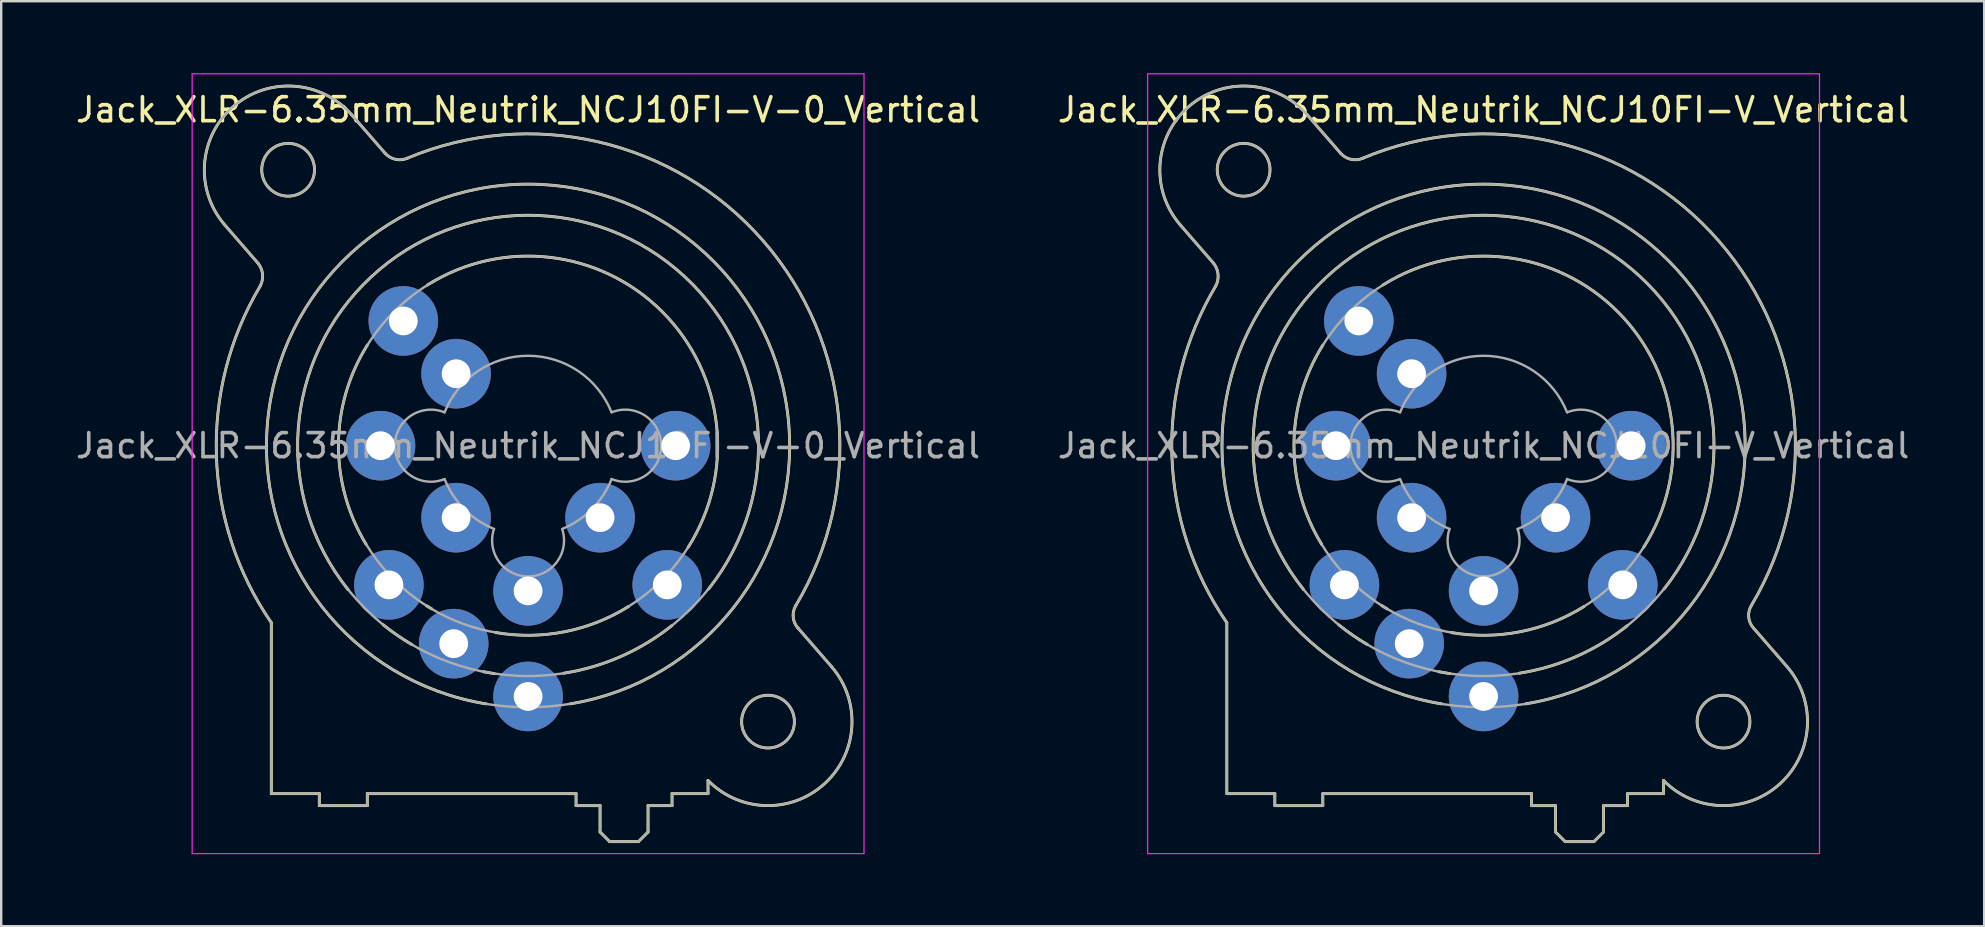
<source format=kicad_pcb>
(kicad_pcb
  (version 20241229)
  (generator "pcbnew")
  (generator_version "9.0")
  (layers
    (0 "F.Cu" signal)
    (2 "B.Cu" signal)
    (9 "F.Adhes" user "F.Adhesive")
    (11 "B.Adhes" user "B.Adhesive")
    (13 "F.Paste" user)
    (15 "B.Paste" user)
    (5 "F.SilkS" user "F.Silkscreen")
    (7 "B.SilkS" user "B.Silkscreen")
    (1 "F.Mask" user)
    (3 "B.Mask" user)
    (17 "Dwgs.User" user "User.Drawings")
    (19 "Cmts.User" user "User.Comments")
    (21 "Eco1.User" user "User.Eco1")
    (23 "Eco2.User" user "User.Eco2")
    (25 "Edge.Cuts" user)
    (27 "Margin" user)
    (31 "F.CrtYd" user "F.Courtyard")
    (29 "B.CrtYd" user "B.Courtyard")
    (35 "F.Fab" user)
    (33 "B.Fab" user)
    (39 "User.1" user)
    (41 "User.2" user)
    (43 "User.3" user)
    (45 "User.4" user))
  (footprint "Jack_XLR-6.35mm_Neutrik_NCJ10FI-V-0_Vertical"
    (layer "F.Cu")
    (at 25.108 15.525)
    (property "Reference" "Jack_XLR-6.35mm_Neutrik_NCJ10FI-V-0_Vertical" (at -6.15 -14 0) (layer "F.SilkS") (effects (font (size 1 1) (thickness 0.15))))
    (attr through_hole)
    (fp_line (start -17.4 -7.6) (end -18.79 -9.2) (stroke (width 0.12) (type solid)) (layer "F.SilkS"))
    (fp_line (start -16.85 14.5) (end -16.85 7.38) (stroke (width 0.12) (type solid)) (layer "F.SilkS"))
    (fp_line (start -14.85 14.5) (end -16.85 14.5) (stroke (width 0.12) (type solid)) (layer "F.SilkS"))
    (fp_line (start -14.85 14.5) (end -14.85 15) (stroke (width 0.12) (type solid)) (layer "F.SilkS"))
    (fp_line (start -13.51 -13.8) (end -12.11 -12.19) (stroke (width 0.12) (type solid)) (layer "F.SilkS"))
    (fp_line (start -12.85 14.5) (end -12.85 15) (stroke (width 0.12) (type solid)) (layer "F.SilkS"))
    (fp_line (start -12.85 15) (end -14.85 15) (stroke (width 0.12) (type solid)) (layer "F.SilkS"))
    (fp_line (start -4.15 14.5) (end -12.85 14.5) (stroke (width 0.12) (type solid)) (layer "F.SilkS"))
    (fp_line (start -4.15 14.5) (end -4.15 15) (stroke (width 0.12) (type solid)) (layer "F.SilkS"))
    (fp_line (start -3.15 15) (end -4.15 15) (stroke (width 0.12) (type solid)) (layer "F.SilkS"))
    (fp_line (start -3.15 15) (end -3.15 16.1) (stroke (width 0.12) (type solid)) (layer "F.SilkS"))
    (fp_line (start -3.15 16.1) (end -2.75 16.5) (stroke (width 0.12) (type solid)) (layer "F.SilkS"))
    (fp_line (start -1.55 16.5) (end -2.75 16.5) (stroke (width 0.12) (type solid)) (layer "F.SilkS"))
    (fp_line (start -1.15 15) (end -1.15 16.1) (stroke (width 0.12) (type solid)) (layer "F.SilkS"))
    (fp_line (start -1.15 16.1) (end -1.55 16.5) (stroke (width 0.12) (type solid)) (layer "F.SilkS"))
    (fp_line (start -0.15 14.5) (end -0.15 15) (stroke (width 0.12) (type solid)) (layer "F.SilkS"))
    (fp_line (start -0.15 15) (end -1.15 15) (stroke (width 0.12) (type solid)) (layer "F.SilkS"))
    (fp_line (start 1.35 13.95) (end 1.35 14.5) (stroke (width 0.12) (type solid)) (layer "F.SilkS"))
    (fp_line (start 1.35 14.5) (end -0.15 14.5) (stroke (width 0.12) (type solid)) (layer "F.SilkS"))
    (fp_line (start 5.1 7.6) (end 6.49 9.2) (stroke (width 0.12) (type solid)) (layer "F.SilkS"))
    (fp_arc (start -18.79 -9.2) (mid -18.45 -14.14) (end -13.51 -13.8) (stroke (width 0.12) (type solid)) (layer "F.SilkS"))
    (fp_arc (start -17.400452 -7.59955) (mid -17.216295 -7.14315) (end -17.31 -6.66) (stroke (width 0.12) (type solid)) (layer "F.SilkS"))
    (fp_arc (start -16.851206 7.374645) (mid -19.139261 0.42462) (end -17.31 -6.66) (stroke (width 0.12) (type solid)) (layer "F.SilkS"))
    (fp_arc (start -13.65 6) (mid -6.168408 -9.604669) (end 1.372943 5.971208) (stroke (width 0.12) (type solid)) (layer "F.SilkS"))
    (fp_arc (start -12.9 4.11) (mid -14.052663 -0.0501) (end -12.847348 -4.195251) (stroke (width 0.12) (type solid)) (layer "F.SilkS"))
    (fp_arc (start -11.201352 -11.974349) (mid 3.655031 -8.530097) (end 5.01 6.66) (stroke (width 0.12) (type solid)) (layer "F.SilkS"))
    (fp_arc (start -11.177539 -11.981856) (mid -11.677484 -11.93489) (end -12.11 -12.19) (stroke (width 0.12) (type solid)) (layer "F.SilkS"))
    (fp_arc (start -10.99 8.29) (mid -11.604845 7.89901) (end -12.188263 7.462512) (stroke (width 0.12) (type solid)) (layer "F.SilkS"))
    (fp_arc (start -10.34 -6.7) (mid -0.544787 -5.570251) (end 0.523653 4.231839) (stroke (width 0.12) (type solid)) (layer "F.SilkS"))
    (fp_arc (start -10.17 6.8) (mid -10.28219 6.732414) (end -10.393245 6.662978) (stroke (width 0.12) (type solid)) (layer "F.SilkS"))
    (fp_arc (start -7.9 10.76) (mid -6.152346 -10.90138) (end -4.395368 10.759246) (stroke (width 0.12) (type solid)) (layer "F.SilkS"))
    (fp_arc (start -7.55 9.5) (mid -7.781688 9.462959) (end -8.012401 9.420269) (stroke (width 0.12) (type solid)) (layer "F.SilkS"))
    (fp_arc (start -1.96 6.7) (mid -4.625828 7.753902) (end -7.492223 7.78746) (stroke (width 0.12) (type solid)) (layer "F.SilkS"))
    (fp_arc (start -0.16 7.5) (mid -2.282236 8.784674) (end -4.662837 9.482534) (stroke (width 0.12) (type solid)) (layer "F.SilkS"))
    (fp_arc (start 5.109394 7.611661) (mid 4.900255 7.152483) (end 5.01 6.66) (stroke (width 0.12) (type solid)) (layer "F.SilkS"))
    (fp_arc (start 6.49 9.2) (mid 6.227307 14.070606) (end 1.351052 13.95252) (stroke (width 0.12) (type solid)) (layer "F.SilkS"))
    (fp_circle (center -16.15 -11.5) (end -15.05 -11.5) (stroke (width 0.12) (type solid)) (fill no) (layer "F.SilkS"))
    (fp_circle (center 3.85 11.5) (end 4.95 11.5) (stroke (width 0.12) (type solid)) (fill no) (layer "F.SilkS"))
    (fp_line (start -20.15 -15.5) (end 7.85 -15.5) (stroke (width 0.05) (type solid)) (layer "F.CrtYd"))
    (fp_line (start -20.15 17) (end -20.15 -15.5) (stroke (width 0.05) (type solid)) (layer "F.CrtYd"))
    (fp_line (start 7.85 -15.5) (end 7.85 17) (stroke (width 0.05) (type solid)) (layer "F.CrtYd"))
    (fp_line (start 7.85 17) (end -20.15 17) (stroke (width 0.05) (type solid)) (layer "F.CrtYd"))
    (fp_line (start -17.4 -7.6) (end -18.79 -9.2) (stroke (width 0.1) (type solid)) (layer "F.Fab"))
    (fp_line (start -16.85 14.5) (end -16.85 7.38) (stroke (width 0.1) (type solid)) (layer "F.Fab"))
    (fp_line (start -14.85 14.5) (end -16.85 14.5) (stroke (width 0.1) (type solid)) (layer "F.Fab"))
    (fp_line (start -14.85 14.5) (end -14.85 15) (stroke (width 0.1) (type solid)) (layer "F.Fab"))
    (fp_line (start -13.51 -13.8) (end -12.11 -12.19) (stroke (width 0.1) (type solid)) (layer "F.Fab"))
    (fp_line (start -12.85 14.5) (end -12.85 15) (stroke (width 0.1) (type solid)) (layer "F.Fab"))
    (fp_line (start -12.85 15) (end -14.85 15) (stroke (width 0.1) (type solid)) (layer "F.Fab"))
    (fp_line (start -4.15 14.5) (end -12.85 14.5) (stroke (width 0.1) (type solid)) (layer "F.Fab"))
    (fp_line (start -4.15 14.5) (end -4.15 15) (stroke (width 0.1) (type solid)) (layer "F.Fab"))
    (fp_line (start -3.15 15) (end -4.15 15) (stroke (width 0.1) (type solid)) (layer "F.Fab"))
    (fp_line (start -3.15 15) (end -3.15 16.1) (stroke (width 0.1) (type solid)) (layer "F.Fab"))
    (fp_line (start -3.15 16.1) (end -2.75 16.5) (stroke (width 0.1) (type solid)) (layer "F.Fab"))
    (fp_line (start -1.55 16.5) (end -2.75 16.5) (stroke (width 0.1) (type solid)) (layer "F.Fab"))
    (fp_line (start -1.15 15) (end -1.15 16.1) (stroke (width 0.1) (type solid)) (layer "F.Fab"))
    (fp_line (start -1.15 16.1) (end -1.55 16.5) (stroke (width 0.1) (type solid)) (layer "F.Fab"))
    (fp_line (start -0.15 14.5) (end -0.15 15) (stroke (width 0.1) (type solid)) (layer "F.Fab"))
    (fp_line (start -0.15 15) (end -1.15 15) (stroke (width 0.1) (type solid)) (layer "F.Fab"))
    (fp_line (start 1.35 13.95) (end 1.35 14.5) (stroke (width 0.1) (type solid)) (layer "F.Fab"))
    (fp_line (start 1.35 14.5) (end -0.15 14.5) (stroke (width 0.1) (type solid)) (layer "F.Fab"))
    (fp_line (start 5.1 7.6) (end 6.49 9.2) (stroke (width 0.1) (type solid)) (layer "F.Fab"))
    (fp_arc (start -18.79 -9.2) (mid -18.45 -14.14) (end -13.51 -13.8) (stroke (width 0.1) (type solid)) (layer "F.Fab"))
    (fp_arc (start -17.400452 -7.59955) (mid -17.216295 -7.14315) (end -17.31 -6.66) (stroke (width 0.1) (type solid)) (layer "F.Fab"))
    (fp_arc (start -16.851206 7.374645) (mid -19.139261 0.42462) (end -17.31 -6.66) (stroke (width 0.1) (type solid)) (layer "F.Fab"))
    (fp_arc (start -11.201352 -11.974349) (mid 3.655031 -8.530097) (end 5.01 6.66) (stroke (width 0.1) (type solid)) (layer "F.Fab"))
    (fp_arc (start -11.177539 -11.981856) (mid -11.677484 -11.93489) (end -12.11 -12.19) (stroke (width 0.1) (type solid)) (layer "F.Fab"))
    (fp_arc (start -9.634717 1.391925) (mid -11.702329 -0.002547) (end -9.63 -1.39) (stroke (width 0.1) (type solid)) (layer "F.Fab"))
    (fp_arc (start -9.631116 -1.387204) (mid -6.151505 -3.747333) (end -2.67 -1.39) (stroke (width 0.1) (type solid)) (layer "F.Fab"))
    (fp_arc (start -7.567529 3.468878) (mid -8.810241 2.639246) (end -9.63 1.39) (stroke (width 0.1) (type solid)) (layer "F.Fab"))
    (fp_arc (start -4.729599 3.471189) (mid -6.150627 5.448932) (end -7.57 3.47) (stroke (width 0.1) (type solid)) (layer "F.Fab"))
    (fp_arc (start -2.667476 1.389002) (mid -3.487046 2.639314) (end -4.73 3.47) (stroke (width 0.1) (type solid)) (layer "F.Fab"))
    (fp_arc (start -2.665283 -1.391925) (mid -0.597671 0.002547) (end -2.67 1.39) (stroke (width 0.1) (type solid)) (layer "F.Fab"))
    (fp_arc (start 5.109394 7.611661) (mid 4.900255 7.152483) (end 5.01 6.66) (stroke (width 0.1) (type solid)) (layer "F.Fab"))
    (fp_arc (start 6.49 9.2) (mid 6.227307 14.070606) (end 1.351052 13.95252) (stroke (width 0.1) (type solid)) (layer "F.Fab"))
    (fp_circle (center -16.15 -11.5) (end -15.05 -11.5) (stroke (width 0.1) (type solid)) (fill no) (layer "F.Fab"))
    (fp_circle (center -6.15 0) (end 1.75 0) (stroke (width 0.1) (type solid)) (fill no) (layer "F.Fab"))
    (fp_circle (center -6.15 0) (end 3.45 0) (stroke (width 0.1) (type solid)) (fill no) (layer "F.Fab"))
    (fp_circle (center -6.15 0) (end 4.75 0) (stroke (width 0.1) (type solid)) (fill no) (layer "F.Fab"))
    (fp_circle (center 3.85 11.5) (end 4.95 11.5) (stroke (width 0.1) (type solid)) (fill no) (layer "F.Fab"))
    (fp_text user "${REFERENCE}" (at -6.15 0 0) (layer "F.Fab") (effects (font (size 1 1) (thickness 0.15))))
    (pad "1" thru_hole circle (at 0 0) (size 2.9 2.9) (drill 1.2) (layers "*.Cu" "*.Mask"))
    (pad "2" thru_hole circle (at -12.3 0) (size 2.9 2.9) (drill 1.2) (layers "*.Cu" "*.Mask"))
    (pad "3" thru_hole circle (at -6.15 6.05) (size 2.9 2.9) (drill 1.2) (layers "*.Cu" "*.Mask"))
    (pad "G" thru_hole circle (at -6.15 10.45) (size 2.9 2.9) (drill 1.2) (layers "*.Cu" "*.Mask"))
    (pad "GN" thru_hole circle (at -9.25 8.25) (size 2.9 2.9) (drill 1.2) (layers "*.Cu" "*.Mask"))
    (pad "R" thru_hole circle (at -0.35 5.8) (size 2.9 2.9) (drill 1.2) (layers "*.Cu" "*.Mask"))
    (pad "RN" thru_hole circle (at -3.15 3) (size 2.9 2.9) (drill 1.2) (layers "*.Cu" "*.Mask"))
    (pad "S" thru_hole circle (at -11.95 5.8) (size 2.9 2.9) (drill 1.2) (layers "*.Cu" "*.Mask"))
    (pad "SN" thru_hole circle (at -9.15 3) (size 2.9 2.9) (drill 1.2) (layers "*.Cu" "*.Mask"))
    (pad "T" thru_hole circle (at -11.35 -5.2) (size 2.9 2.9) (drill 1.2) (layers "*.Cu" "*.Mask"))
    (pad "TN" thru_hole circle (at -9.15 -3) (size 2.9 2.9) (drill 1.2) (layers "*.Cu" "*.Mask")))
  (footprint "Jack_XLR-6.35mm_Neutrik_NCJ10FI-V_Vertical"
    (layer "F.Cu")
    (at 64.93 15.525)
    (property "Reference" "Jack_XLR-6.35mm_Neutrik_NCJ10FI-V_Vertical" (at -6.15 -14 0) (layer "F.SilkS") (effects (font (size 1 1) (thickness 0.15))))
    (attr through_hole)
    (fp_line (start -17.4 -7.6) (end -18.79 -9.2) (stroke (width 0.12) (type solid)) (layer "F.SilkS"))
    (fp_line (start -16.85 14.5) (end -16.85 7.38) (stroke (width 0.12) (type solid)) (layer "F.SilkS"))
    (fp_line (start -14.85 14.5) (end -16.85 14.5) (stroke (width 0.12) (type solid)) (layer "F.SilkS"))
    (fp_line (start -14.85 14.5) (end -14.85 15) (stroke (width 0.12) (type solid)) (layer "F.SilkS"))
    (fp_line (start -13.51 -13.8) (end -12.11 -12.19) (stroke (width 0.12) (type solid)) (layer "F.SilkS"))
    (fp_line (start -12.85 14.5) (end -12.85 15) (stroke (width 0.12) (type solid)) (layer "F.SilkS"))
    (fp_line (start -12.85 15) (end -14.85 15) (stroke (width 0.12) (type solid)) (layer "F.SilkS"))
    (fp_line (start -4.15 14.5) (end -12.85 14.5) (stroke (width 0.12) (type solid)) (layer "F.SilkS"))
    (fp_line (start -4.15 14.5) (end -4.15 15) (stroke (width 0.12) (type solid)) (layer "F.SilkS"))
    (fp_line (start -3.15 15) (end -4.15 15) (stroke (width 0.12) (type solid)) (layer "F.SilkS"))
    (fp_line (start -3.15 15) (end -3.15 16.1) (stroke (width 0.12) (type solid)) (layer "F.SilkS"))
    (fp_line (start -3.15 16.1) (end -2.75 16.5) (stroke (width 0.12) (type solid)) (layer "F.SilkS"))
    (fp_line (start -1.55 16.5) (end -2.75 16.5) (stroke (width 0.12) (type solid)) (layer "F.SilkS"))
    (fp_line (start -1.15 15) (end -1.15 16.1) (stroke (width 0.12) (type solid)) (layer "F.SilkS"))
    (fp_line (start -1.15 16.1) (end -1.55 16.5) (stroke (width 0.12) (type solid)) (layer "F.SilkS"))
    (fp_line (start -0.15 14.5) (end -0.15 15) (stroke (width 0.12) (type solid)) (layer "F.SilkS"))
    (fp_line (start -0.15 15) (end -1.15 15) (stroke (width 0.12) (type solid)) (layer "F.SilkS"))
    (fp_line (start 1.35 13.95) (end 1.35 14.5) (stroke (width 0.12) (type solid)) (layer "F.SilkS"))
    (fp_line (start 1.35 14.5) (end -0.15 14.5) (stroke (width 0.12) (type solid)) (layer "F.SilkS"))
    (fp_line (start 5.1 7.6) (end 6.49 9.2) (stroke (width 0.12) (type solid)) (layer "F.SilkS"))
    (fp_arc (start -18.79 -9.2) (mid -18.45 -14.14) (end -13.51 -13.8) (stroke (width 0.12) (type solid)) (layer "F.SilkS"))
    (fp_arc (start -17.400452 -7.59955) (mid -17.216295 -7.14315) (end -17.31 -6.66) (stroke (width 0.12) (type solid)) (layer "F.SilkS"))
    (fp_arc (start -16.851206 7.374645) (mid -19.139261 0.42462) (end -17.31 -6.66) (stroke (width 0.12) (type solid)) (layer "F.SilkS"))
    (fp_arc (start -13.65 6) (mid -6.168408 -9.604669) (end 1.372943 5.971208) (stroke (width 0.12) (type solid)) (layer "F.SilkS"))
    (fp_arc (start -12.9 4.11) (mid -14.052663 -0.0501) (end -12.847348 -4.195251) (stroke (width 0.12) (type solid)) (layer "F.SilkS"))
    (fp_arc (start -11.201352 -11.974349) (mid 3.655031 -8.530097) (end 5.01 6.66) (stroke (width 0.12) (type solid)) (layer "F.SilkS"))
    (fp_arc (start -11.177539 -11.981856) (mid -11.677484 -11.93489) (end -12.11 -12.19) (stroke (width 0.12) (type solid)) (layer "F.SilkS"))
    (fp_arc (start -10.99 8.29) (mid -11.604845 7.89901) (end -12.188263 7.462512) (stroke (width 0.12) (type solid)) (layer "F.SilkS"))
    (fp_arc (start -10.34 -6.7) (mid -0.544787 -5.570251) (end 0.523653 4.231839) (stroke (width 0.12) (type solid)) (layer "F.SilkS"))
    (fp_arc (start -10.17 6.8) (mid -10.28219 6.732414) (end -10.393245 6.662978) (stroke (width 0.12) (type solid)) (layer "F.SilkS"))
    (fp_arc (start -7.9 10.76) (mid -6.152346 -10.90138) (end -4.395368 10.759246) (stroke (width 0.12) (type solid)) (layer "F.SilkS"))
    (fp_arc (start -7.55 9.5) (mid -7.781688 9.462959) (end -8.012401 9.420269) (stroke (width 0.12) (type solid)) (layer "F.SilkS"))
    (fp_arc (start -1.96 6.7) (mid -4.625828 7.753902) (end -7.492223 7.78746) (stroke (width 0.12) (type solid)) (layer "F.SilkS"))
    (fp_arc (start -0.16 7.5) (mid -2.282236 8.784674) (end -4.662837 9.482534) (stroke (width 0.12) (type solid)) (layer "F.SilkS"))
    (fp_arc (start 5.109394 7.611661) (mid 4.900255 7.152483) (end 5.01 6.66) (stroke (width 0.12) (type solid)) (layer "F.SilkS"))
    (fp_arc (start 6.49 9.2) (mid 6.227307 14.070606) (end 1.351052 13.95252) (stroke (width 0.12) (type solid)) (layer "F.SilkS"))
    (fp_circle (center -16.15 -11.5) (end -15.05 -11.5) (stroke (width 0.12) (type solid)) (fill no) (layer "F.SilkS"))
    (fp_circle (center 3.85 11.5) (end 4.95 11.5) (stroke (width 0.12) (type solid)) (fill no) (layer "F.SilkS"))
    (fp_line (start -20.15 -15.5) (end 7.85 -15.5) (stroke (width 0.05) (type solid)) (layer "F.CrtYd"))
    (fp_line (start -20.15 17) (end -20.15 -15.5) (stroke (width 0.05) (type solid)) (layer "F.CrtYd"))
    (fp_line (start 7.85 -15.5) (end 7.85 17) (stroke (width 0.05) (type solid)) (layer "F.CrtYd"))
    (fp_line (start 7.85 17) (end -20.15 17) (stroke (width 0.05) (type solid)) (layer "F.CrtYd"))
    (fp_line (start -17.4 -7.6) (end -18.79 -9.2) (stroke (width 0.1) (type solid)) (layer "F.Fab"))
    (fp_line (start -16.85 14.5) (end -16.85 7.38) (stroke (width 0.1) (type solid)) (layer "F.Fab"))
    (fp_line (start -14.85 14.5) (end -16.85 14.5) (stroke (width 0.1) (type solid)) (layer "F.Fab"))
    (fp_line (start -14.85 14.5) (end -14.85 15) (stroke (width 0.1) (type solid)) (layer "F.Fab"))
    (fp_line (start -13.51 -13.8) (end -12.11 -12.19) (stroke (width 0.1) (type solid)) (layer "F.Fab"))
    (fp_line (start -12.85 14.5) (end -12.85 15) (stroke (width 0.1) (type solid)) (layer "F.Fab"))
    (fp_line (start -12.85 15) (end -14.85 15) (stroke (width 0.1) (type solid)) (layer "F.Fab"))
    (fp_line (start -4.15 14.5) (end -12.85 14.5) (stroke (width 0.1) (type solid)) (layer "F.Fab"))
    (fp_line (start -4.15 14.5) (end -4.15 15) (stroke (width 0.1) (type solid)) (layer "F.Fab"))
    (fp_line (start -3.15 15) (end -4.15 15) (stroke (width 0.1) (type solid)) (layer "F.Fab"))
    (fp_line (start -3.15 15) (end -3.15 16.1) (stroke (width 0.1) (type solid)) (layer "F.Fab"))
    (fp_line (start -3.15 16.1) (end -2.75 16.5) (stroke (width 0.1) (type solid)) (layer "F.Fab"))
    (fp_line (start -1.55 16.5) (end -2.75 16.5) (stroke (width 0.1) (type solid)) (layer "F.Fab"))
    (fp_line (start -1.15 15) (end -1.15 16.1) (stroke (width 0.1) (type solid)) (layer "F.Fab"))
    (fp_line (start -1.15 16.1) (end -1.55 16.5) (stroke (width 0.1) (type solid)) (layer "F.Fab"))
    (fp_line (start -0.15 14.5) (end -0.15 15) (stroke (width 0.1) (type solid)) (layer "F.Fab"))
    (fp_line (start -0.15 15) (end -1.15 15) (stroke (width 0.1) (type solid)) (layer "F.Fab"))
    (fp_line (start 1.35 13.95) (end 1.35 14.5) (stroke (width 0.1) (type solid)) (layer "F.Fab"))
    (fp_line (start 1.35 14.5) (end -0.15 14.5) (stroke (width 0.1) (type solid)) (layer "F.Fab"))
    (fp_line (start 5.1 7.6) (end 6.49 9.2) (stroke (width 0.1) (type solid)) (layer "F.Fab"))
    (fp_arc (start -18.79 -9.2) (mid -18.45 -14.14) (end -13.51 -13.8) (stroke (width 0.1) (type solid)) (layer "F.Fab"))
    (fp_arc (start -17.400452 -7.59955) (mid -17.216295 -7.14315) (end -17.31 -6.66) (stroke (width 0.1) (type solid)) (layer "F.Fab"))
    (fp_arc (start -16.851206 7.374645) (mid -19.139261 0.42462) (end -17.31 -6.66) (stroke (width 0.1) (type solid)) (layer "F.Fab"))
    (fp_arc (start -11.201352 -11.974349) (mid 3.655031 -8.530097) (end 5.01 6.66) (stroke (width 0.1) (type solid)) (layer "F.Fab"))
    (fp_arc (start -11.177539 -11.981856) (mid -11.677484 -11.93489) (end -12.11 -12.19) (stroke (width 0.1) (type solid)) (layer "F.Fab"))
    (fp_arc (start -9.634717 1.391925) (mid -11.702329 -0.002547) (end -9.63 -1.39) (stroke (width 0.1) (type solid)) (layer "F.Fab"))
    (fp_arc (start -9.631116 -1.387204) (mid -6.151505 -3.747333) (end -2.67 -1.39) (stroke (width 0.1) (type solid)) (layer "F.Fab"))
    (fp_arc (start -7.567529 3.468878) (mid -8.810241 2.639246) (end -9.63 1.39) (stroke (width 0.1) (type solid)) (layer "F.Fab"))
    (fp_arc (start -4.729599 3.471189) (mid -6.150627 5.448932) (end -7.57 3.47) (stroke (width 0.1) (type solid)) (layer "F.Fab"))
    (fp_arc (start -2.667476 1.389002) (mid -3.487046 2.639314) (end -4.73 3.47) (stroke (width 0.1) (type solid)) (layer "F.Fab"))
    (fp_arc (start -2.665283 -1.391925) (mid -0.597671 0.002547) (end -2.67 1.39) (stroke (width 0.1) (type solid)) (layer "F.Fab"))
    (fp_arc (start 5.109394 7.611661) (mid 4.900255 7.152483) (end 5.01 6.66) (stroke (width 0.1) (type solid)) (layer "F.Fab"))
    (fp_arc (start 6.49 9.2) (mid 6.227307 14.070606) (end 1.351052 13.95252) (stroke (width 0.1) (type solid)) (layer "F.Fab"))
    (fp_circle (center -16.15 -11.5) (end -15.05 -11.5) (stroke (width 0.1) (type solid)) (fill no) (layer "F.Fab"))
    (fp_circle (center -6.15 0) (end 1.75 0) (stroke (width 0.1) (type solid)) (fill no) (layer "F.Fab"))
    (fp_circle (center -6.15 0) (end 3.45 0) (stroke (width 0.1) (type solid)) (fill no) (layer "F.Fab"))
    (fp_circle (center -6.15 0) (end 4.75 0) (stroke (width 0.1) (type solid)) (fill no) (layer "F.Fab"))
    (fp_circle (center 3.85 11.5) (end 4.95 11.5) (stroke (width 0.1) (type solid)) (fill no) (layer "F.Fab"))
    (fp_text user "${REFERENCE}" (at -6.15 0 0) (layer "F.Fab") (effects (font (size 1 1) (thickness 0.15))))
    (pad "1" thru_hole circle (at 0 0) (size 2.9 2.9) (drill 1.2) (layers "*.Cu" "*.Mask"))
    (pad "2" thru_hole circle (at -12.3 0) (size 2.9 2.9) (drill 1.2) (layers "*.Cu" "*.Mask"))
    (pad "3" thru_hole circle (at -6.15 6.05) (size 2.9 2.9) (drill 1.2) (layers "*.Cu" "*.Mask"))
    (pad "G" thru_hole circle (at -6.15 10.45) (size 2.9 2.9) (drill 1.2) (layers "*.Cu" "*.Mask"))
    (pad "GN" thru_hole circle (at -9.25 8.25) (size 2.9 2.9) (drill 1.2) (layers "*.Cu" "*.Mask"))
    (pad "R" thru_hole circle (at -0.35 5.8) (size 2.9 2.9) (drill 1.2) (layers "*.Cu" "*.Mask"))
    (pad "RN" thru_hole circle (at -3.15 3) (size 2.9 2.9) (drill 1.2) (layers "*.Cu" "*.Mask"))
    (pad "S" thru_hole circle (at -11.95 5.8) (size 2.9 2.9) (drill 1.2) (layers "*.Cu" "*.Mask"))
    (pad "SN" thru_hole circle (at -9.15 3) (size 2.9 2.9) (drill 1.2) (layers "*.Cu" "*.Mask"))
    (pad "T" thru_hole circle (at -11.35 -5.2) (size 2.9 2.9) (drill 1.2) (layers "*.Cu" "*.Mask"))
    (pad "TN" thru_hole circle (at -9.15 -3) (size 2.9 2.9) (drill 1.2) (layers "*.Cu" "*.Mask")))
  (gr_rect
    (start -3 -3)
    (end 79.643 35.55)
    (stroke (width 0.1) (type default))
    (fill no)
    (layer "Edge.Cuts")))
</source>
